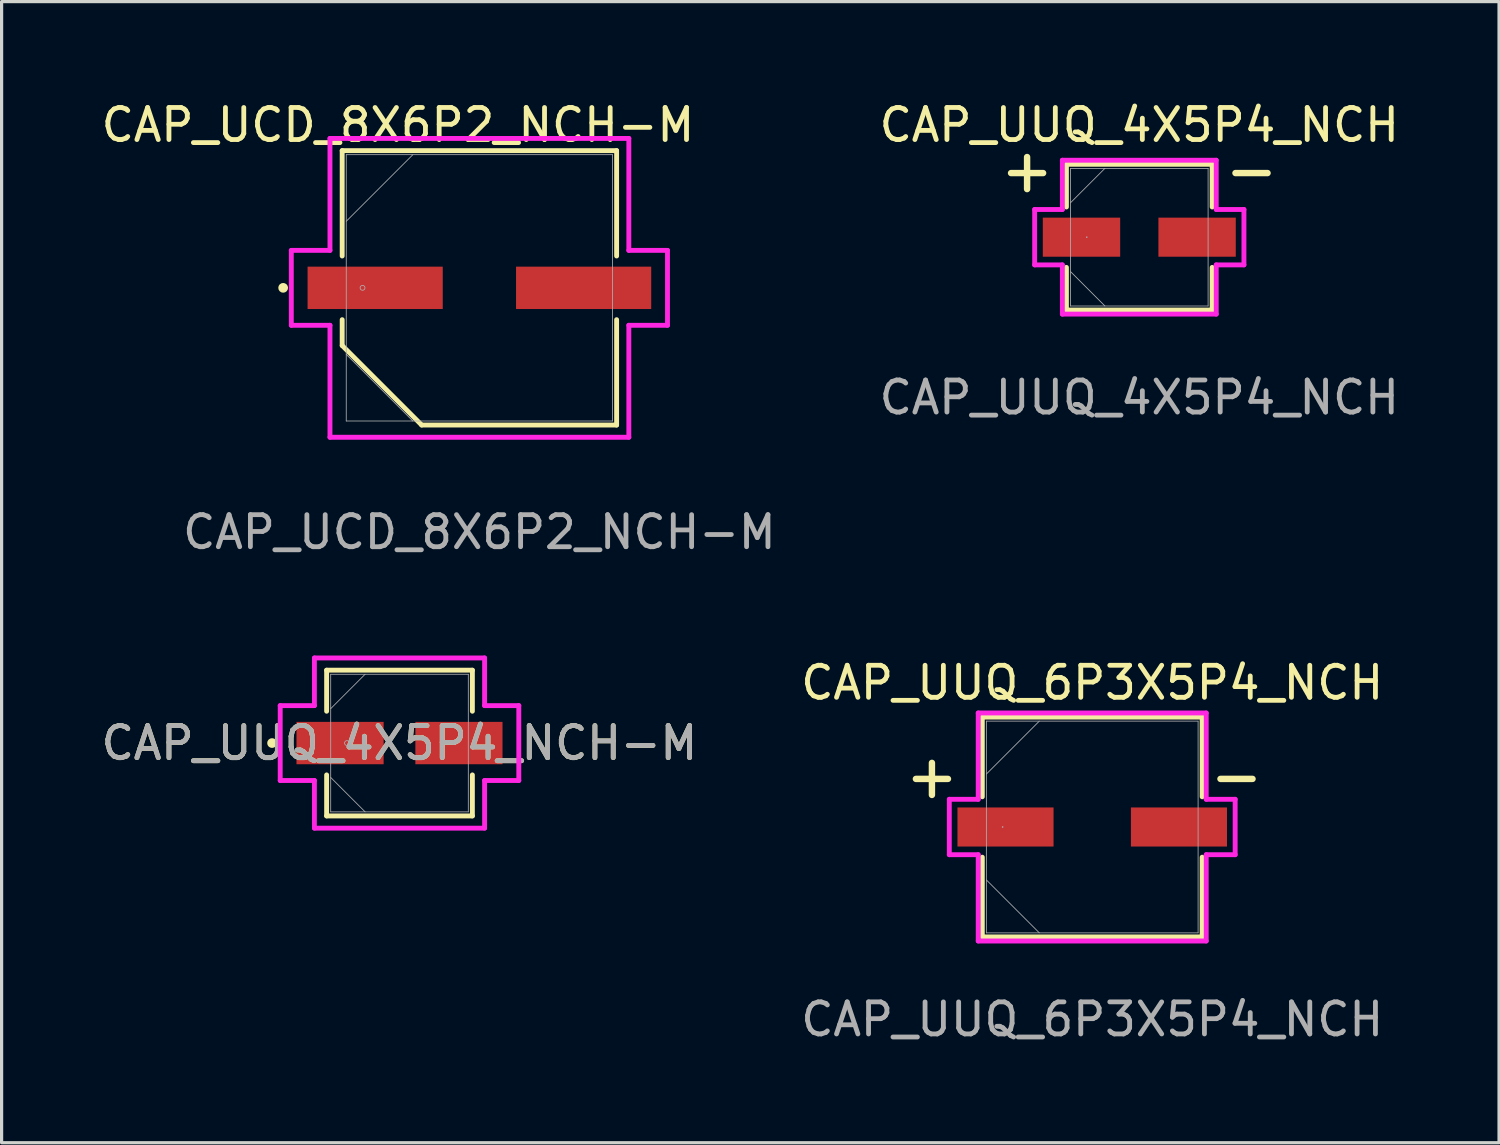
<source format=kicad_pcb>
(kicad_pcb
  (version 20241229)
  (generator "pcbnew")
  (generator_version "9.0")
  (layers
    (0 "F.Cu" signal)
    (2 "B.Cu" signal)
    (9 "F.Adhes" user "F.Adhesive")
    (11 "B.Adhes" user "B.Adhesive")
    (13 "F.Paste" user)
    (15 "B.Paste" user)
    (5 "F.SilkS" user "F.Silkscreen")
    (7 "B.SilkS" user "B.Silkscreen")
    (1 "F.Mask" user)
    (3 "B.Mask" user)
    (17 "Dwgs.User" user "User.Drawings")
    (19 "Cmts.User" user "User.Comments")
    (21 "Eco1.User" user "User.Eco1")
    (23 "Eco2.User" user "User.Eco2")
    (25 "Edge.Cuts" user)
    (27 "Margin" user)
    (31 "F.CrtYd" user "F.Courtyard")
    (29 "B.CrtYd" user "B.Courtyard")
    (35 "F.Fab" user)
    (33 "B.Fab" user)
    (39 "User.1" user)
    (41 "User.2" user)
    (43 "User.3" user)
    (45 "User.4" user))
  (footprint "CAP_UCD_8X6P2_NCH-M"
    (layer "F.Cu")
    (at 11.903 5.928)
    (property "Reference" "CAP_UCD_8X6P2_NCH-M" (at -2.54 -5.08 0) (unlocked yes) (layer "F.SilkS") (effects (font (size 1 1) (thickness 0.15))))
    (attr smd)
    (fp_line (start -4.28 -4.28) (end -4.28 -0.993) (stroke (width 0.152) (type solid)) (layer "F.SilkS"))
    (fp_line (start -4.28 0.993) (end -4.28 1.8) (stroke (width 0.152) (type solid)) (layer "F.SilkS"))
    (fp_line (start -4.28 1.8) (end -1.8 4.28) (stroke (width 0.15) (type default)) (layer "F.SilkS"))
    (fp_line (start -1.8 4.28) (end 4.28 4.28) (stroke (width 0.152) (type solid)) (layer "F.SilkS"))
    (fp_line (start 4.28 -4.28) (end -4.28 -4.28) (stroke (width 0.152) (type solid)) (layer "F.SilkS"))
    (fp_line (start 4.28 -0.993) (end 4.28 -4.28) (stroke (width 0.152) (type solid)) (layer "F.SilkS"))
    (fp_line (start 4.28 4.28) (end 4.28 0.993) (stroke (width 0.152) (type solid)) (layer "F.SilkS"))
    (fp_circle (center -6.121 0) (end -6.045 0) (stroke (width 0.152) (type solid)) (fill no) (layer "F.SilkS"))
    (fp_line (start -5.867 -1.168) (end -4.661 -1.168) (stroke (width 0.152) (type solid)) (layer "F.CrtYd"))
    (fp_line (start -5.867 1.168) (end -5.867 -1.168) (stroke (width 0.152) (type solid)) (layer "F.CrtYd"))
    (fp_line (start -4.661 -4.661) (end 4.661 -4.661) (stroke (width 0.152) (type solid)) (layer "F.CrtYd"))
    (fp_line (start -4.661 -1.168) (end -4.661 -4.661) (stroke (width 0.152) (type solid)) (layer "F.CrtYd"))
    (fp_line (start -4.661 1.168) (end -5.867 1.168) (stroke (width 0.152) (type solid)) (layer "F.CrtYd"))
    (fp_line (start -4.661 4.661) (end -4.661 1.168) (stroke (width 0.152) (type solid)) (layer "F.CrtYd"))
    (fp_line (start 4.661 -4.661) (end 4.661 -1.168) (stroke (width 0.152) (type solid)) (layer "F.CrtYd"))
    (fp_line (start 4.661 -1.168) (end 5.867 -1.168) (stroke (width 0.152) (type solid)) (layer "F.CrtYd"))
    (fp_line (start 4.661 1.168) (end 4.661 4.661) (stroke (width 0.152) (type solid)) (layer "F.CrtYd"))
    (fp_line (start 4.661 4.661) (end -4.661 4.661) (stroke (width 0.152) (type solid)) (layer "F.CrtYd"))
    (fp_line (start 5.867 -1.168) (end 5.867 1.168) (stroke (width 0.152) (type solid)) (layer "F.CrtYd"))
    (fp_line (start 5.867 1.168) (end 4.661 1.168) (stroke (width 0.152) (type solid)) (layer "F.CrtYd"))
    (fp_line (start -4.153 -4.153) (end -4.153 4.153) (stroke (width 0.025) (type solid)) (layer "F.Fab"))
    (fp_line (start -4.153 -2.076) (end -2.076 -4.153) (stroke (width 0.025) (type solid)) (layer "F.Fab"))
    (fp_line (start -4.153 2.076) (end -2.076 4.153) (stroke (width 0.025) (type solid)) (layer "F.Fab"))
    (fp_line (start -4.153 4.153) (end 4.153 4.153) (stroke (width 0.025) (type solid)) (layer "F.Fab"))
    (fp_line (start 4.153 -4.153) (end -4.153 -4.153) (stroke (width 0.025) (type solid)) (layer "F.Fab"))
    (fp_line (start 4.153 4.153) (end 4.153 -4.153) (stroke (width 0.025) (type solid)) (layer "F.Fab"))
    (fp_circle (center -3.645 0) (end -3.569 0) (stroke (width 0.025) (type solid)) (fill no) (layer "F.Fab"))
    (fp_text user "${REFERENCE}" (at 0 7.62 0) (unlocked yes) (layer "F.Fab") (effects (font (size 1 1) (thickness 0.15))))
    (pad "1" smd rect (at -3.251 0) (size 4.216 1.321) (layers "F.Cu" "F.Mask" "F.Paste"))
    (pad "2" smd rect (at 3.251 0) (size 4.216 1.321) (layers "F.Cu" "F.Mask" "F.Paste"))
    (zone (net_name "") (layer "F.Cu") (hatch full 0.508) (connect_pads) (min_thickness 0.254) (filled_areas_thickness no) (keepout (tracks not_allowed) (vias not_allowed) (pads allowed) (copperpour not_allowed) (footprints allowed)) (placement (enabled no)) (fill) (polygon (pts (xy 7.801 1.826) (xy 16.005 1.826) (xy 16.005 5.217) (xy 7.801 5.217))))
    (zone (net_name "") (layer "F.Cu") (hatch full 0.508) (connect_pads) (min_thickness 0.254) (filled_areas_thickness no) (keepout (tracks not_allowed) (vias not_allowed) (pads allowed) (copperpour not_allowed) (footprints allowed)) (placement (enabled no)) (fill) (polygon (pts (xy 7.801 6.639) (xy 16.005 6.639) (xy 16.005 10.03) (xy 7.801 10.03))))
    (zone (net_name "") (layer "F.Cu") (hatch full 0.508) (connect_pads) (min_thickness 0.254) (filled_areas_thickness no) (keepout (tracks not_allowed) (vias not_allowed) (pads allowed) (copperpour not_allowed) (footprints allowed)) (placement (enabled no)) (fill) (polygon (pts (xy 10.811 5.217) (xy 12.995 5.217) (xy 12.995 6.639) (xy 10.811 6.639)))))
  (footprint "CAP_UUQ_4X5P4_NCH"
    (layer "F.Cu")
    (at 32.486 4.348)
    (property "Reference" "CAP_UUQ_4X5P4_NCH" (at 0 -3.5 0) (unlocked yes) (layer "F.SilkS") (effects (font (size 1 1) (thickness 0.15))))
    (attr smd)
    (fp_line (start -4 -2) (end -3 -2) (stroke (width 0.2) (type default)) (layer "F.SilkS"))
    (fp_line (start -3.5 -2.5) (end -3.5 -1.5) (stroke (width 0.2) (type default)) (layer "F.SilkS"))
    (fp_line (start -2.273 -2.273) (end -2.273 -0.942) (stroke (width 0.152) (type solid)) (layer "F.SilkS"))
    (fp_line (start -2.273 0.942) (end -2.273 2.273) (stroke (width 0.152) (type solid)) (layer "F.SilkS"))
    (fp_line (start -2.273 2.273) (end 2.273 2.273) (stroke (width 0.152) (type solid)) (layer "F.SilkS"))
    (fp_line (start 2.273 -2.273) (end -2.273 -2.273) (stroke (width 0.152) (type solid)) (layer "F.SilkS"))
    (fp_line (start 2.273 -0.942) (end 2.273 -2.273) (stroke (width 0.152) (type solid)) (layer "F.SilkS"))
    (fp_line (start 2.273 2.273) (end 2.273 0.942) (stroke (width 0.152) (type solid)) (layer "F.SilkS"))
    (fp_line (start 3 -2) (end 4 -2) (stroke (width 0.2) (type default)) (layer "F.SilkS"))
    (fp_line (start -3.264 -0.864) (end -2.4 -0.864) (stroke (width 0.152) (type solid)) (layer "F.CrtYd"))
    (fp_line (start -3.264 0.864) (end -3.264 -0.864) (stroke (width 0.152) (type solid)) (layer "F.CrtYd"))
    (fp_line (start -2.4 -2.4) (end 2.4 -2.4) (stroke (width 0.152) (type solid)) (layer "F.CrtYd"))
    (fp_line (start -2.4 -0.864) (end -2.4 -2.4) (stroke (width 0.152) (type solid)) (layer "F.CrtYd"))
    (fp_line (start -2.4 0.864) (end -3.264 0.864) (stroke (width 0.152) (type solid)) (layer "F.CrtYd"))
    (fp_line (start -2.4 2.4) (end -2.4 0.864) (stroke (width 0.152) (type solid)) (layer "F.CrtYd"))
    (fp_line (start 2.4 -2.4) (end 2.4 -0.864) (stroke (width 0.152) (type solid)) (layer "F.CrtYd"))
    (fp_line (start 2.4 -0.864) (end 3.264 -0.864) (stroke (width 0.152) (type solid)) (layer "F.CrtYd"))
    (fp_line (start 2.4 0.864) (end 2.4 2.4) (stroke (width 0.152) (type solid)) (layer "F.CrtYd"))
    (fp_line (start 2.4 2.4) (end -2.4 2.4) (stroke (width 0.152) (type solid)) (layer "F.CrtYd"))
    (fp_line (start 3.264 -0.864) (end 3.264 0.864) (stroke (width 0.152) (type solid)) (layer "F.CrtYd"))
    (fp_line (start 3.264 0.864) (end 2.4 0.864) (stroke (width 0.152) (type solid)) (layer "F.CrtYd"))
    (fp_line (start -2.146 -2.146) (end -2.146 2.146) (stroke (width 0.025) (type solid)) (layer "F.Fab"))
    (fp_line (start -2.146 -1.073) (end -1.073 -2.146) (stroke (width 0.025) (type solid)) (layer "F.Fab"))
    (fp_line (start -2.146 1.073) (end -1.073 2.146) (stroke (width 0.025) (type solid)) (layer "F.Fab"))
    (fp_line (start -2.146 2.146) (end 2.146 2.146) (stroke (width 0.025) (type solid)) (layer "F.Fab"))
    (fp_line (start 2.146 -2.146) (end -2.146 -2.146) (stroke (width 0.025) (type solid)) (layer "F.Fab"))
    (fp_line (start 2.146 2.146) (end 2.146 -2.146) (stroke (width 0.025) (type solid)) (layer "F.Fab"))
    (fp_circle (center -1.638 0) (end -1.638 0) (stroke (width 0.025) (type solid)) (fill no) (layer "F.Fab"))
    (fp_text user "${REFERENCE}" (at 0 5 0) (unlocked yes) (layer "F.Fab") (effects (font (size 1 1) (thickness 0.15))))
    (pad "1" smd rect (at -1.803 0) (size 2.413 1.219) (layers "F.Cu" "F.Mask" "F.Paste"))
    (pad "2" smd rect (at 1.803 0) (size 2.413 1.219) (layers "F.Cu" "F.Mask" "F.Paste"))
    (zone (net_name "") (layer "F.Cu") (hatch full 0.508) (connect_pads) (min_thickness 0.254) (filled_areas_thickness no) (keepout (tracks not_allowed) (vias not_allowed) (pads allowed) (copperpour not_allowed) (footprints allowed)) (placement (enabled no)) (fill) (polygon (pts (xy 30.391 2.253) (xy 34.582 2.253) (xy 34.582 3.688) (xy 30.391 3.688))))
    (zone (net_name "") (layer "F.Cu") (hatch full 0.508) (connect_pads) (min_thickness 0.254) (filled_areas_thickness no) (keepout (tracks not_allowed) (vias not_allowed) (pads allowed) (copperpour not_allowed) (footprints allowed)) (placement (enabled no)) (fill) (polygon (pts (xy 30.391 5.009) (xy 34.582 5.009) (xy 34.582 6.444) (xy 30.391 6.444))))
    (zone (net_name "") (layer "F.Cu") (hatch full 0.508) (connect_pads) (min_thickness 0.254) (filled_areas_thickness no) (keepout (tracks not_allowed) (vias not_allowed) (pads allowed) (copperpour not_allowed) (footprints allowed)) (placement (enabled no)) (fill) (polygon (pts (xy 31.94 3.688) (xy 33.033 3.688) (xy 33.033 5.009) (xy 31.94 5.009)))))
  (footprint "CAP_UUQ_6P3X5P4_NCH"
    (layer "F.Cu")
    (at 31.018 22.745)
    (property "Reference" "CAP_UUQ_6P3X5P4_NCH" (at 0 -4.5 0) (unlocked yes) (layer "F.SilkS") (effects (font (size 1 1) (thickness 0.15))))
    (attr smd)
    (fp_line (start -5.5 -1.5) (end -4.5 -1.5) (stroke (width 0.2) (type default)) (layer "F.SilkS"))
    (fp_line (start -5 -2) (end -5 -1) (stroke (width 0.2) (type default)) (layer "F.SilkS"))
    (fp_line (start -3.429 -3.429) (end -3.429 -0.942) (stroke (width 0.152) (type solid)) (layer "F.SilkS"))
    (fp_line (start -3.429 0.942) (end -3.429 3.429) (stroke (width 0.152) (type solid)) (layer "F.SilkS"))
    (fp_line (start -3.429 3.429) (end 3.429 3.429) (stroke (width 0.152) (type solid)) (layer "F.SilkS"))
    (fp_line (start 3.429 -3.429) (end -3.429 -3.429) (stroke (width 0.152) (type solid)) (layer "F.SilkS"))
    (fp_line (start 3.429 -0.942) (end 3.429 -3.429) (stroke (width 0.152) (type solid)) (layer "F.SilkS"))
    (fp_line (start 3.429 3.429) (end 3.429 0.942) (stroke (width 0.152) (type solid)) (layer "F.SilkS"))
    (fp_line (start 4 -1.5) (end 5 -1.5) (stroke (width 0.2) (type default)) (layer "F.SilkS"))
    (fp_line (start -4.458 -0.864) (end -3.556 -0.864) (stroke (width 0.152) (type solid)) (layer "F.CrtYd"))
    (fp_line (start -4.458 0.864) (end -4.458 -0.864) (stroke (width 0.152) (type solid)) (layer "F.CrtYd"))
    (fp_line (start -3.556 -3.556) (end 3.556 -3.556) (stroke (width 0.152) (type solid)) (layer "F.CrtYd"))
    (fp_line (start -3.556 -0.864) (end -3.556 -3.556) (stroke (width 0.152) (type solid)) (layer "F.CrtYd"))
    (fp_line (start -3.556 0.864) (end -4.458 0.864) (stroke (width 0.152) (type solid)) (layer "F.CrtYd"))
    (fp_line (start -3.556 3.556) (end -3.556 0.864) (stroke (width 0.152) (type solid)) (layer "F.CrtYd"))
    (fp_line (start 3.556 -3.556) (end 3.556 -0.864) (stroke (width 0.152) (type solid)) (layer "F.CrtYd"))
    (fp_line (start 3.556 -0.864) (end 4.458 -0.864) (stroke (width 0.152) (type solid)) (layer "F.CrtYd"))
    (fp_line (start 3.556 0.864) (end 3.556 3.556) (stroke (width 0.152) (type solid)) (layer "F.CrtYd"))
    (fp_line (start 3.556 3.556) (end -3.556 3.556) (stroke (width 0.152) (type solid)) (layer "F.CrtYd"))
    (fp_line (start 4.458 -0.864) (end 4.458 0.864) (stroke (width 0.152) (type solid)) (layer "F.CrtYd"))
    (fp_line (start 4.458 0.864) (end 3.556 0.864) (stroke (width 0.152) (type solid)) (layer "F.CrtYd"))
    (fp_line (start -3.302 -3.302) (end -3.302 3.302) (stroke (width 0.025) (type solid)) (layer "F.Fab"))
    (fp_line (start -3.302 -1.651) (end -1.651 -3.302) (stroke (width 0.025) (type solid)) (layer "F.Fab"))
    (fp_line (start -3.302 1.651) (end -1.651 3.302) (stroke (width 0.025) (type solid)) (layer "F.Fab"))
    (fp_line (start -3.302 3.302) (end 3.302 3.302) (stroke (width 0.025) (type solid)) (layer "F.Fab"))
    (fp_line (start 3.302 -3.302) (end -3.302 -3.302) (stroke (width 0.025) (type solid)) (layer "F.Fab"))
    (fp_line (start 3.302 3.302) (end 3.302 -3.302) (stroke (width 0.025) (type solid)) (layer "F.Fab"))
    (fp_circle (center -2.794 0) (end -2.794 0) (stroke (width 0.025) (type solid)) (fill no) (layer "F.Fab"))
    (fp_text user "${REFERENCE}" (at 0 6 0) (unlocked yes) (layer "F.Fab") (effects (font (size 1 1) (thickness 0.15))))
    (pad "1" smd rect (at -2.705 0) (size 2.997 1.219) (layers "F.Cu" "F.Mask" "F.Paste"))
    (pad "2" smd rect (at 2.705 0) (size 2.997 1.219) (layers "F.Cu" "F.Mask" "F.Paste"))
    (zone (net_name "") (layer "F.Cu") (hatch full 0.508) (connect_pads) (min_thickness 0.254) (filled_areas_thickness no) (keepout (tracks not_allowed) (vias not_allowed) (pads allowed) (copperpour not_allowed) (footprints allowed)) (placement (enabled no)) (fill) (polygon (pts (xy 27.767 19.494) (xy 34.269 19.494) (xy 34.269 22.084) (xy 27.767 22.084))))
    (zone (net_name "") (layer "F.Cu") (hatch full 0.508) (connect_pads) (min_thickness 0.254) (filled_areas_thickness no) (keepout (tracks not_allowed) (vias not_allowed) (pads allowed) (copperpour not_allowed) (footprints allowed)) (placement (enabled no)) (fill) (polygon (pts (xy 27.767 23.405) (xy 34.269 23.405) (xy 34.269 25.996) (xy 27.767 25.996))))
    (zone (net_name "") (layer "F.Cu") (hatch full 0.508) (connect_pads) (min_thickness 0.254) (filled_areas_thickness no) (keepout (tracks not_allowed) (vias not_allowed) (pads allowed) (copperpour not_allowed) (footprints allowed)) (placement (enabled no)) (fill) (polygon (pts (xy 29.862 22.084) (xy 32.174 22.084) (xy 32.174 23.405) (xy 29.862 23.405)))))
  (footprint "CAP_UUQ_4X5P4_NCH-M"
    (layer "F.Cu")
    (at 9.411 20.127)
    (property "Reference" "CAP_UUQ_4X5P4_NCH-M" (at 0 0 0) (unlocked yes) (layer "F.SilkS") (effects (font (size 1 1) (thickness 0.15))))
    (attr smd)
    (fp_line (start -2.273 -2.273) (end -2.273 -0.993) (stroke (width 0.152) (type solid)) (layer "F.SilkS"))
    (fp_line (start -2.273 0.993) (end -2.273 2.273) (stroke (width 0.152) (type solid)) (layer "F.SilkS"))
    (fp_line (start -2.273 2.273) (end 2.273 2.273) (stroke (width 0.152) (type solid)) (layer "F.SilkS"))
    (fp_line (start 2.273 -2.273) (end -2.273 -2.273) (stroke (width 0.152) (type solid)) (layer "F.SilkS"))
    (fp_line (start 2.273 -0.993) (end 2.273 -2.273) (stroke (width 0.152) (type solid)) (layer "F.SilkS"))
    (fp_line (start 2.273 2.273) (end 2.273 0.993) (stroke (width 0.152) (type solid)) (layer "F.SilkS"))
    (fp_circle (center -3.975 0) (end -3.899 0) (stroke (width 0.152) (type solid)) (fill no) (layer "F.SilkS"))
    (fp_line (start -3.721 -1.168) (end -2.654 -1.168) (stroke (width 0.152) (type solid)) (layer "F.CrtYd"))
    (fp_line (start -3.721 1.168) (end -3.721 -1.168) (stroke (width 0.152) (type solid)) (layer "F.CrtYd"))
    (fp_line (start -2.654 -2.654) (end 2.654 -2.654) (stroke (width 0.152) (type solid)) (layer "F.CrtYd"))
    (fp_line (start -2.654 -1.168) (end -2.654 -2.654) (stroke (width 0.152) (type solid)) (layer "F.CrtYd"))
    (fp_line (start -2.654 1.168) (end -3.721 1.168) (stroke (width 0.152) (type solid)) (layer "F.CrtYd"))
    (fp_line (start -2.654 2.654) (end -2.654 1.168) (stroke (width 0.152) (type solid)) (layer "F.CrtYd"))
    (fp_line (start 2.654 -2.654) (end 2.654 -1.168) (stroke (width 0.152) (type solid)) (layer "F.CrtYd"))
    (fp_line (start 2.654 -1.168) (end 3.721 -1.168) (stroke (width 0.152) (type solid)) (layer "F.CrtYd"))
    (fp_line (start 2.654 1.168) (end 2.654 2.654) (stroke (width 0.152) (type solid)) (layer "F.CrtYd"))
    (fp_line (start 2.654 2.654) (end -2.654 2.654) (stroke (width 0.152) (type solid)) (layer "F.CrtYd"))
    (fp_line (start 3.721 -1.168) (end 3.721 1.168) (stroke (width 0.152) (type solid)) (layer "F.CrtYd"))
    (fp_line (start 3.721 1.168) (end 2.654 1.168) (stroke (width 0.152) (type solid)) (layer "F.CrtYd"))
    (fp_line (start -2.146 -2.146) (end -2.146 2.146) (stroke (width 0.025) (type solid)) (layer "F.Fab"))
    (fp_line (start -2.146 -1.073) (end -1.073 -2.146) (stroke (width 0.025) (type solid)) (layer "F.Fab"))
    (fp_line (start -2.146 1.073) (end -1.073 2.146) (stroke (width 0.025) (type solid)) (layer "F.Fab"))
    (fp_line (start -2.146 2.146) (end 2.146 2.146) (stroke (width 0.025) (type solid)) (layer "F.Fab"))
    (fp_line (start 2.146 -2.146) (end -2.146 -2.146) (stroke (width 0.025) (type solid)) (layer "F.Fab"))
    (fp_line (start 2.146 2.146) (end 2.146 -2.146) (stroke (width 0.025) (type solid)) (layer "F.Fab"))
    (fp_circle (center -1.638 0) (end -1.562 0) (stroke (width 0.025) (type solid)) (fill no) (layer "F.Fab"))
    (fp_text user "${REFERENCE}" (at 0 0 0) (unlocked yes) (layer "F.Fab") (effects (font (size 1 1) (thickness 0.15))))
    (pad "1" smd rect (at -1.854 0) (size 2.718 1.321) (layers "F.Cu" "F.Mask" "F.Paste"))
    (pad "2" smd rect (at 1.854 0) (size 2.718 1.321) (layers "F.Cu" "F.Mask" "F.Paste"))
    (zone (net_name "") (layer "F.Cu") (hatch full 0.508) (connect_pads) (min_thickness 0.254) (filled_areas_thickness no) (keepout (tracks not_allowed) (vias not_allowed) (pads allowed) (copperpour not_allowed) (footprints allowed)) (placement (enabled no)) (fill) (polygon (pts (xy 7.315 18.032) (xy 11.506 18.032) (xy 11.506 19.416) (xy 7.315 19.416))))
    (zone (net_name "") (layer "F.Cu") (hatch full 0.508) (connect_pads) (min_thickness 0.254) (filled_areas_thickness no) (keepout (tracks not_allowed) (vias not_allowed) (pads allowed) (copperpour not_allowed) (footprints allowed)) (placement (enabled no)) (fill) (polygon (pts (xy 7.315 20.838) (xy 11.506 20.838) (xy 11.506 22.223) (xy 7.315 22.223))))
    (zone (net_name "") (layer "F.Cu") (hatch full 0.508) (connect_pads) (min_thickness 0.254) (filled_areas_thickness no) (keepout (tracks not_allowed) (vias not_allowed) (pads allowed) (copperpour not_allowed) (footprints allowed)) (placement (enabled no)) (fill) (polygon (pts (xy 8.966 19.416) (xy 9.855 19.416) (xy 9.855 20.838) (xy 8.966 20.838)))))
  (gr_rect
    (start -3 -3)
    (end 43.707 32.593)
    (stroke (width 0.1) (type default))
    (fill no)
    (layer "Edge.Cuts")))
</source>
